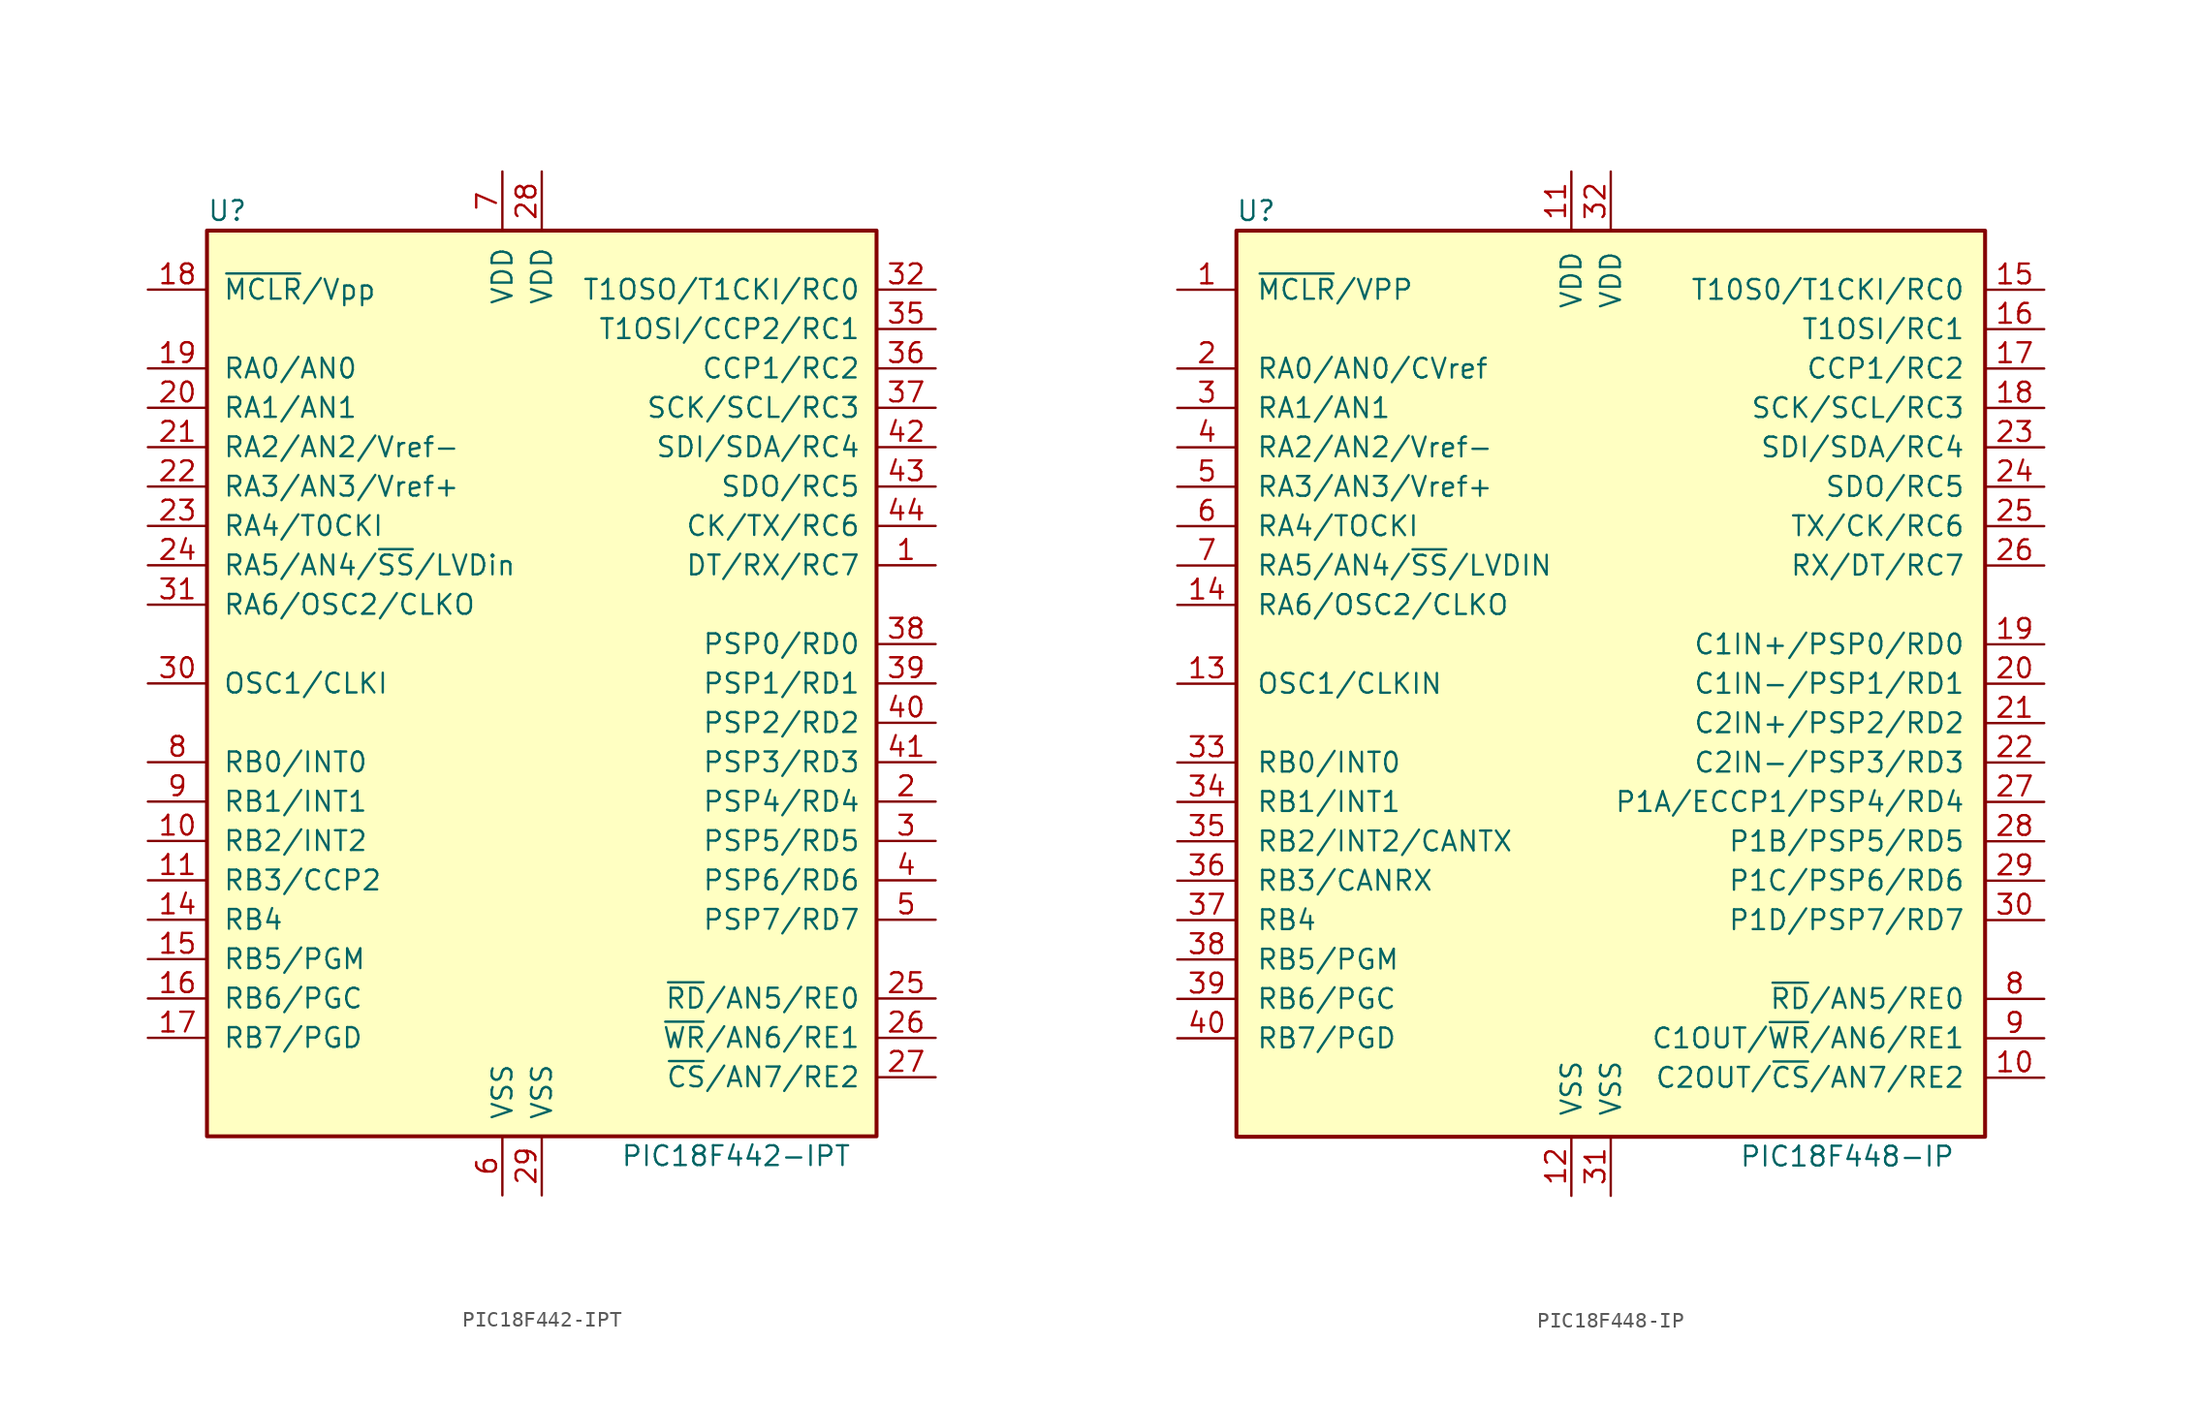
<source format=kicad_sym>
(kicad_symbol_lib
  (version 20201005)
  (generator kicad_symbol_editor)
  (symbol "MCU_Microchip_PIC18:PIC18F442-IPT"
    (pin_names
      (offset 1.016))
    (property "Reference" "U"
      (at -21.59 30.48 0)
      (effects (font (size 1.27 1.27)) (justify left)))
    (property "Value" "PIC18F442-IPT"
      (at 5.08 -30.48 0)
      (effects (font (size 1.27 1.27)) (justify left)))
    (symbol "PIC18F442-IPT_0_1"
      (rectangle (start 21.59 -29.21) (end -21.59 29.21) (stroke (width 0.254)) (fill (type background))))
    (symbol "PIC18F442-IPT_1_1"
      (pin bidirectional line (at 25.4 7.62 180) (length 3.81) (name "DT/RX/RC7" (effects (font (size 1.27 1.27)))) (number "1" (effects (font (size 1.27 1.27)))))
      (pin bidirectional line (at -25.4 -10.16 0) (length 3.81) (name "RB2/INT2" (effects (font (size 1.27 1.27)))) (number "10" (effects (font (size 1.27 1.27)))))
      (pin bidirectional line (at -25.4 -12.7 0) (length 3.81) (name "RB3/CCP2" (effects (font (size 1.27 1.27)))) (number "11" (effects (font (size 1.27 1.27)))))
      (pin no_connect line (at -15.24 -33.02 90) (length 3.81) hide (name "NC" (effects (font (size 1.27 1.27)))) (number "12" (effects (font (size 1.27 1.27)))))
      (pin no_connect line (at -12.7 -33.02 90) (length 3.81) hide (name "NC" (effects (font (size 1.27 1.27)))) (number "13" (effects (font (size 1.27 1.27)))))
      (pin bidirectional line (at -25.4 -15.24 0) (length 3.81) (name "RB4" (effects (font (size 1.27 1.27)))) (number "14" (effects (font (size 1.27 1.27)))))
      (pin bidirectional line (at -25.4 -17.78 0) (length 3.81) (name "RB5/PGM" (effects (font (size 1.27 1.27)))) (number "15" (effects (font (size 1.27 1.27)))))
      (pin bidirectional line (at -25.4 -20.32 0) (length 3.81) (name "RB6/PGC" (effects (font (size 1.27 1.27)))) (number "16" (effects (font (size 1.27 1.27)))))
      (pin bidirectional line (at -25.4 -22.86 0) (length 3.81) (name "RB7/PGD" (effects (font (size 1.27 1.27)))) (number "17" (effects (font (size 1.27 1.27)))))
      (pin input line (at -25.4 25.4 0) (length 3.81) (name "~MCLR~/Vpp" (effects (font (size 1.27 1.27)))) (number "18" (effects (font (size 1.27 1.27)))))
      (pin bidirectional line (at -25.4 20.32 0) (length 3.81) (name "RA0/AN0" (effects (font (size 1.27 1.27)))) (number "19" (effects (font (size 1.27 1.27)))))
      (pin bidirectional line (at 25.4 -7.62 180) (length 3.81) (name "PSP4/RD4" (effects (font (size 1.27 1.27)))) (number "2" (effects (font (size 1.27 1.27)))))
      (pin bidirectional line (at -25.4 17.78 0) (length 3.81) (name "RA1/AN1" (effects (font (size 1.27 1.27)))) (number "20" (effects (font (size 1.27 1.27)))))
      (pin bidirectional line (at -25.4 15.24 0) (length 3.81) (name "RA2/AN2/Vref-" (effects (font (size 1.27 1.27)))) (number "21" (effects (font (size 1.27 1.27)))))
      (pin bidirectional line (at -25.4 12.7 0) (length 3.81) (name "RA3/AN3/Vref+" (effects (font (size 1.27 1.27)))) (number "22" (effects (font (size 1.27 1.27)))))
      (pin bidirectional line (at -25.4 10.16 0) (length 3.81) (name "RA4/T0CKI" (effects (font (size 1.27 1.27)))) (number "23" (effects (font (size 1.27 1.27)))))
      (pin bidirectional line (at -25.4 7.62 0) (length 3.81) (name "RA5/AN4/~SS~/LVDin" (effects (font (size 1.27 1.27)))) (number "24" (effects (font (size 1.27 1.27)))))
      (pin bidirectional line (at 25.4 -20.32 180) (length 3.81) (name "~RD~/AN5/RE0" (effects (font (size 1.27 1.27)))) (number "25" (effects (font (size 1.27 1.27)))))
      (pin bidirectional line (at 25.4 -22.86 180) (length 3.81) (name "~WR~/AN6/RE1" (effects (font (size 1.27 1.27)))) (number "26" (effects (font (size 1.27 1.27)))))
      (pin bidirectional line (at 25.4 -25.4 180) (length 3.81) (name "~CS~/AN7/RE2" (effects (font (size 1.27 1.27)))) (number "27" (effects (font (size 1.27 1.27)))))
      (pin power_in line (at 0 33.02 270) (length 3.81) (name "VDD" (effects (font (size 1.27 1.27)))) (number "28" (effects (font (size 1.27 1.27)))))
      (pin power_in line (at 0 -33.02 90) (length 3.81) (name "VSS" (effects (font (size 1.27 1.27)))) (number "29" (effects (font (size 1.27 1.27)))))
      (pin bidirectional line (at 25.4 -10.16 180) (length 3.81) (name "PSP5/RD5" (effects (font (size 1.27 1.27)))) (number "3" (effects (font (size 1.27 1.27)))))
      (pin input line (at -25.4 0 0) (length 3.81) (name "OSC1/CLKI" (effects (font (size 1.27 1.27)))) (number "30" (effects (font (size 1.27 1.27)))))
      (pin bidirectional line (at -25.4 5.08 0) (length 3.81) (name "RA6/OSC2/CLKO" (effects (font (size 1.27 1.27)))) (number "31" (effects (font (size 1.27 1.27)))))
      (pin bidirectional line (at 25.4 25.4 180) (length 3.81) (name "T1OSO/T1CKI/RC0" (effects (font (size 1.27 1.27)))) (number "32" (effects (font (size 1.27 1.27)))))
      (pin no_connect line (at -10.16 -33.02 90) (length 3.81) hide (name "NC" (effects (font (size 1.27 1.27)))) (number "33" (effects (font (size 1.27 1.27)))))
      (pin no_connect line (at -7.62 -33.02 90) (length 3.81) hide (name "NC" (effects (font (size 1.27 1.27)))) (number "34" (effects (font (size 1.27 1.27)))))
      (pin bidirectional line (at 25.4 22.86 180) (length 3.81) (name "T1OSI/CCP2/RC1" (effects (font (size 1.27 1.27)))) (number "35" (effects (font (size 1.27 1.27)))))
      (pin bidirectional line (at 25.4 20.32 180) (length 3.81) (name "CCP1/RC2" (effects (font (size 1.27 1.27)))) (number "36" (effects (font (size 1.27 1.27)))))
      (pin bidirectional line (at 25.4 17.78 180) (length 3.81) (name "SCK/SCL/RC3" (effects (font (size 1.27 1.27)))) (number "37" (effects (font (size 1.27 1.27)))))
      (pin bidirectional line (at 25.4 2.54 180) (length 3.81) (name "PSP0/RD0" (effects (font (size 1.27 1.27)))) (number "38" (effects (font (size 1.27 1.27)))))
      (pin bidirectional line (at 25.4 0 180) (length 3.81) (name "PSP1/RD1" (effects (font (size 1.27 1.27)))) (number "39" (effects (font (size 1.27 1.27)))))
      (pin bidirectional line (at 25.4 -12.7 180) (length 3.81) (name "PSP6/RD6" (effects (font (size 1.27 1.27)))) (number "4" (effects (font (size 1.27 1.27)))))
      (pin bidirectional line (at 25.4 -2.54 180) (length 3.81) (name "PSP2/RD2" (effects (font (size 1.27 1.27)))) (number "40" (effects (font (size 1.27 1.27)))))
      (pin bidirectional line (at 25.4 -5.08 180) (length 3.81) (name "PSP3/RD3" (effects (font (size 1.27 1.27)))) (number "41" (effects (font (size 1.27 1.27)))))
      (pin bidirectional line (at 25.4 15.24 180) (length 3.81) (name "SDI/SDA/RC4" (effects (font (size 1.27 1.27)))) (number "42" (effects (font (size 1.27 1.27)))))
      (pin bidirectional line (at 25.4 12.7 180) (length 3.81) (name "SDO/RC5" (effects (font (size 1.27 1.27)))) (number "43" (effects (font (size 1.27 1.27)))))
      (pin bidirectional line (at 25.4 10.16 180) (length 3.81) (name "CK/TX/RC6" (effects (font (size 1.27 1.27)))) (number "44" (effects (font (size 1.27 1.27)))))
      (pin bidirectional line (at 25.4 -15.24 180) (length 3.81) (name "PSP7/RD7" (effects (font (size 1.27 1.27)))) (number "5" (effects (font (size 1.27 1.27)))))
      (pin power_in line (at -2.54 -33.02 90) (length 3.81) (name "VSS" (effects (font (size 1.27 1.27)))) (number "6" (effects (font (size 1.27 1.27)))))
      (pin power_in line (at -2.54 33.02 270) (length 3.81) (name "VDD" (effects (font (size 1.27 1.27)))) (number "7" (effects (font (size 1.27 1.27)))))
      (pin bidirectional line (at -25.4 -5.08 0) (length 3.81) (name "RB0/INT0" (effects (font (size 1.27 1.27)))) (number "8" (effects (font (size 1.27 1.27)))))
      (pin bidirectional line (at -25.4 -7.62 0) (length 3.81) (name "RB1/INT1" (effects (font (size 1.27 1.27)))) (number "9" (effects (font (size 1.27 1.27)))))))
  (symbol "MCU_Microchip_PIC18:PIC18F448-IP"
    (pin_names
      (offset 1.27))
    (property "Reference" "U"
      (at -22.86 30.48 0)
      (effects (font (size 1.27 1.27))))
    (property "Value" "PIC18F448-IP"
      (at 15.24 -30.48 0)
      (effects (font (size 1.27 1.27))))
    (symbol "PIC18F448-IP_0_1"
      (rectangle (start -24.13 -29.21) (end 24.13 29.21) (stroke (width 0.254)) (fill (type background))))
    (symbol "PIC18F448-IP_1_1"
      (pin input line (at -27.94 25.4 0) (length 3.81) (name "~MCLR~/VPP" (effects (font (size 1.27 1.27)))) (number "1" (effects (font (size 1.27 1.27)))))
      (pin bidirectional line (at 27.94 -25.4 180) (length 3.81) (name "C2OUT/~CS~/AN7/RE2" (effects (font (size 1.27 1.27)))) (number "10" (effects (font (size 1.27 1.27)))))
      (pin power_in line (at -2.54 33.02 270) (length 3.81) (name "VDD" (effects (font (size 1.27 1.27)))) (number "11" (effects (font (size 1.27 1.27)))))
      (pin power_in line (at -2.54 -33.02 90) (length 3.81) (name "VSS" (effects (font (size 1.27 1.27)))) (number "12" (effects (font (size 1.27 1.27)))))
      (pin input line (at -27.94 0 0) (length 3.81) (name "OSC1/CLKIN" (effects (font (size 1.27 1.27)))) (number "13" (effects (font (size 1.27 1.27)))))
      (pin output line (at -27.94 5.08 0) (length 3.81) (name "RA6/OSC2/CLKO" (effects (font (size 1.27 1.27)))) (number "14" (effects (font (size 1.27 1.27)))))
      (pin bidirectional line (at 27.94 25.4 180) (length 3.81) (name "T10S0/T1CKI/RC0" (effects (font (size 1.27 1.27)))) (number "15" (effects (font (size 1.27 1.27)))))
      (pin bidirectional line (at 27.94 22.86 180) (length 3.81) (name "T1OSI/RC1" (effects (font (size 1.27 1.27)))) (number "16" (effects (font (size 1.27 1.27)))))
      (pin bidirectional line (at 27.94 20.32 180) (length 3.81) (name "CCP1/RC2" (effects (font (size 1.27 1.27)))) (number "17" (effects (font (size 1.27 1.27)))))
      (pin bidirectional line (at 27.94 17.78 180) (length 3.81) (name "SCK/SCL/RC3" (effects (font (size 1.27 1.27)))) (number "18" (effects (font (size 1.27 1.27)))))
      (pin bidirectional line (at 27.94 2.54 180) (length 3.81) (name "C1IN+/PSP0/RD0" (effects (font (size 1.27 1.27)))) (number "19" (effects (font (size 1.27 1.27)))))
      (pin bidirectional line (at -27.94 20.32 0) (length 3.81) (name "RA0/AN0/CVref" (effects (font (size 1.27 1.27)))) (number "2" (effects (font (size 1.27 1.27)))))
      (pin bidirectional line (at 27.94 0 180) (length 3.81) (name "C1IN-/PSP1/RD1" (effects (font (size 1.27 1.27)))) (number "20" (effects (font (size 1.27 1.27)))))
      (pin bidirectional line (at 27.94 -2.54 180) (length 3.81) (name "C2IN+/PSP2/RD2" (effects (font (size 1.27 1.27)))) (number "21" (effects (font (size 1.27 1.27)))))
      (pin bidirectional line (at 27.94 -5.08 180) (length 3.81) (name "C2IN-/PSP3/RD3" (effects (font (size 1.27 1.27)))) (number "22" (effects (font (size 1.27 1.27)))))
      (pin bidirectional line (at 27.94 15.24 180) (length 3.81) (name "SDI/SDA/RC4" (effects (font (size 1.27 1.27)))) (number "23" (effects (font (size 1.27 1.27)))))
      (pin bidirectional line (at 27.94 12.7 180) (length 3.81) (name "SDO/RC5" (effects (font (size 1.27 1.27)))) (number "24" (effects (font (size 1.27 1.27)))))
      (pin bidirectional line (at 27.94 10.16 180) (length 3.81) (name "TX/CK/RC6" (effects (font (size 1.27 1.27)))) (number "25" (effects (font (size 1.27 1.27)))))
      (pin bidirectional line (at 27.94 7.62 180) (length 3.81) (name "RX/DT/RC7" (effects (font (size 1.27 1.27)))) (number "26" (effects (font (size 1.27 1.27)))))
      (pin bidirectional line (at 27.94 -7.62 180) (length 3.81) (name "P1A/ECCP1/PSP4/RD4" (effects (font (size 1.27 1.27)))) (number "27" (effects (font (size 1.27 1.27)))))
      (pin bidirectional line (at 27.94 -10.16 180) (length 3.81) (name "P1B/PSP5/RD5" (effects (font (size 1.27 1.27)))) (number "28" (effects (font (size 1.27 1.27)))))
      (pin bidirectional line (at 27.94 -12.7 180) (length 3.81) (name "P1C/PSP6/RD6" (effects (font (size 1.27 1.27)))) (number "29" (effects (font (size 1.27 1.27)))))
      (pin bidirectional line (at -27.94 17.78 0) (length 3.81) (name "RA1/AN1" (effects (font (size 1.27 1.27)))) (number "3" (effects (font (size 1.27 1.27)))))
      (pin bidirectional line (at 27.94 -15.24 180) (length 3.81) (name "P1D/PSP7/RD7" (effects (font (size 1.27 1.27)))) (number "30" (effects (font (size 1.27 1.27)))))
      (pin power_in line (at 0 -33.02 90) (length 3.81) (name "VSS" (effects (font (size 1.27 1.27)))) (number "31" (effects (font (size 1.27 1.27)))))
      (pin power_in line (at 0 33.02 270) (length 3.81) (name "VDD" (effects (font (size 1.27 1.27)))) (number "32" (effects (font (size 1.27 1.27)))))
      (pin bidirectional line (at -27.94 -5.08 0) (length 3.81) (name "RB0/INT0" (effects (font (size 1.27 1.27)))) (number "33" (effects (font (size 1.27 1.27)))))
      (pin bidirectional line (at -27.94 -7.62 0) (length 3.81) (name "RB1/INT1" (effects (font (size 1.27 1.27)))) (number "34" (effects (font (size 1.27 1.27)))))
      (pin bidirectional line (at -27.94 -10.16 0) (length 3.81) (name "RB2/INT2/CANTX" (effects (font (size 1.27 1.27)))) (number "35" (effects (font (size 1.27 1.27)))))
      (pin bidirectional line (at -27.94 -12.7 0) (length 3.81) (name "RB3/CANRX" (effects (font (size 1.27 1.27)))) (number "36" (effects (font (size 1.27 1.27)))))
      (pin bidirectional line (at -27.94 -15.24 0) (length 3.81) (name "RB4" (effects (font (size 1.27 1.27)))) (number "37" (effects (font (size 1.27 1.27)))))
      (pin bidirectional line (at -27.94 -17.78 0) (length 3.81) (name "RB5/PGM" (effects (font (size 1.27 1.27)))) (number "38" (effects (font (size 1.27 1.27)))))
      (pin bidirectional line (at -27.94 -20.32 0) (length 3.81) (name "RB6/PGC" (effects (font (size 1.27 1.27)))) (number "39" (effects (font (size 1.27 1.27)))))
      (pin bidirectional line (at -27.94 15.24 0) (length 3.81) (name "RA2/AN2/Vref-" (effects (font (size 1.27 1.27)))) (number "4" (effects (font (size 1.27 1.27)))))
      (pin bidirectional line (at -27.94 -22.86 0) (length 3.81) (name "RB7/PGD" (effects (font (size 1.27 1.27)))) (number "40" (effects (font (size 1.27 1.27)))))
      (pin bidirectional line (at -27.94 12.7 0) (length 3.81) (name "RA3/AN3/Vref+" (effects (font (size 1.27 1.27)))) (number "5" (effects (font (size 1.27 1.27)))))
      (pin bidirectional line (at -27.94 10.16 0) (length 3.81) (name "RA4/TOCKI" (effects (font (size 1.27 1.27)))) (number "6" (effects (font (size 1.27 1.27)))))
      (pin bidirectional line (at -27.94 7.62 0) (length 3.81) (name "RA5/AN4/~SS~/LVDIN" (effects (font (size 1.27 1.27)))) (number "7" (effects (font (size 1.27 1.27)))))
      (pin bidirectional line (at 27.94 -20.32 180) (length 3.81) (name "~RD~/AN5/RE0" (effects (font (size 1.27 1.27)))) (number "8" (effects (font (size 1.27 1.27)))))
      (pin bidirectional line (at 27.94 -22.86 180) (length 3.81) (name "C1OUT/~WR~/AN6/RE1" (effects (font (size 1.27 1.27)))) (number "9" (effects (font (size 1.27 1.27))))))))
</source>
